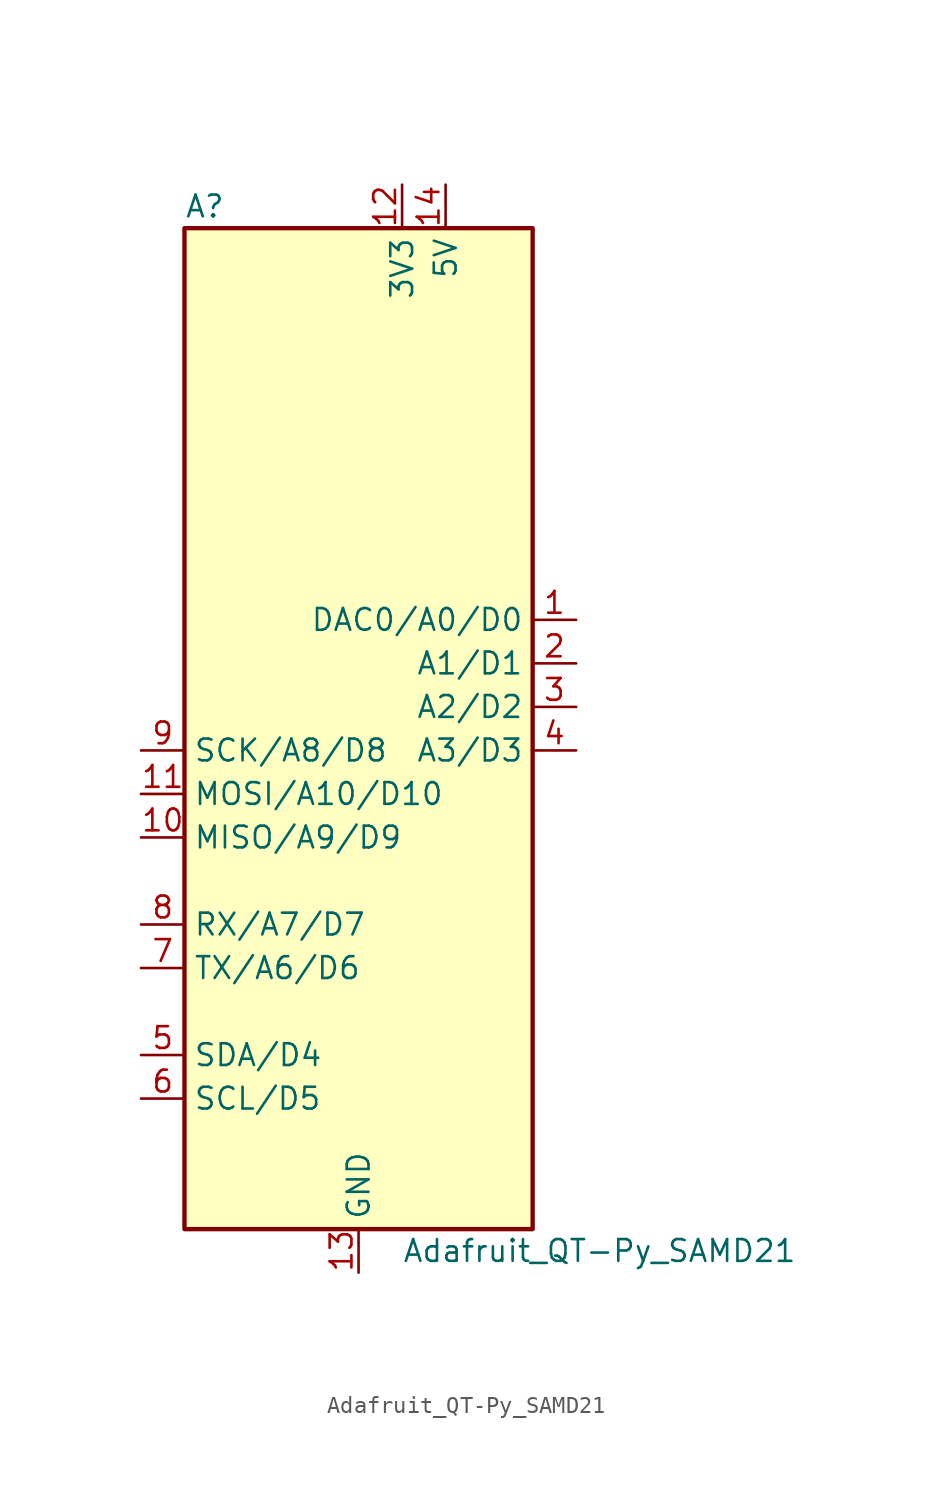
<source format=kicad_sym>
(kicad_symbol_lib
  (version 20211014)
  (generator kicad_symbol_editor)
  (symbol "Adafruit_QT-Py_SAMD21"
    (property "Reference" "A"
      (at -10.16 29.21 0)
      (effects (font (size 1.27 1.27)) (justify left)))
    (property "Value" "Adafruit_QT-Py_SAMD21"
      (at 2.54 -31.75 0)
      (effects (font (size 1.27 1.27)) (justify left)))
    (symbol "Adafruit_QT-Py_SAMD21_0_1"
      (rectangle (start -10.16 27.94) (end 10.16 -30.48) (stroke (width 0.254) (type default) (color 0 0 0 0)) (fill (type background))))
    (symbol "Adafruit_QT-Py_SAMD21_1_1"
      (pin bidirectional line (at 12.7 5.08 180) (length 2.54) (name "DAC0/A0/D0" (effects (font (size 1.27 1.27)))) (number "1" (effects (font (size 1.27 1.27)))))
      (pin bidirectional line (at -12.7 -7.62 0) (length 2.54) (name "MISO/A9/D9" (effects (font (size 1.27 1.27)))) (number "10" (effects (font (size 1.27 1.27)))))
      (pin bidirectional line (at -12.7 -5.08 0) (length 2.54) (name "MOSI/A10/D10" (effects (font (size 1.27 1.27)))) (number "11" (effects (font (size 1.27 1.27)))))
      (pin power_out line (at 2.54 30.48 270) (length 2.54) (name "3V3" (effects (font (size 1.27 1.27)))) (number "12" (effects (font (size 1.27 1.27)))))
      (pin passive line (at 0 -33.02 90) (length 2.54) (name "GND" (effects (font (size 1.27 1.27)))) (number "13" (effects (font (size 1.27 1.27)))))
      (pin power_out line (at 5.08 30.48 270) (length 2.54) (name "5V" (effects (font (size 1.27 1.27)))) (number "14" (effects (font (size 1.27 1.27)))))
      (pin bidirectional line (at 12.7 2.54 180) (length 2.54) (name "A1/D1" (effects (font (size 1.27 1.27)))) (number "2" (effects (font (size 1.27 1.27)))))
      (pin bidirectional line (at 12.7 0 180) (length 2.54) (name "A2/D2" (effects (font (size 1.27 1.27)))) (number "3" (effects (font (size 1.27 1.27)))))
      (pin bidirectional line (at 12.7 -2.54 180) (length 2.54) (name "A3/D3" (effects (font (size 1.27 1.27)))) (number "4" (effects (font (size 1.27 1.27)))))
      (pin bidirectional line (at -12.7 -20.32 0) (length 2.54) (name "SDA/D4" (effects (font (size 1.27 1.27)))) (number "5" (effects (font (size 1.27 1.27)))))
      (pin bidirectional line (at -12.7 -22.86 0) (length 2.54) (name "SCL/D5" (effects (font (size 1.27 1.27)))) (number "6" (effects (font (size 1.27 1.27)))))
      (pin bidirectional line (at -12.7 -15.24 0) (length 2.54) (name "TX/A6/D6" (effects (font (size 1.27 1.27)))) (number "7" (effects (font (size 1.27 1.27)))))
      (pin bidirectional line (at -12.7 -12.7 0) (length 2.54) (name "RX/A7/D7" (effects (font (size 1.27 1.27)))) (number "8" (effects (font (size 1.27 1.27)))))
      (pin bidirectional line (at -12.7 -2.54 0) (length 2.54) (name "SCK/A8/D8" (effects (font (size 1.27 1.27)))) (number "9" (effects (font (size 1.27 1.27))))))))
</source>
